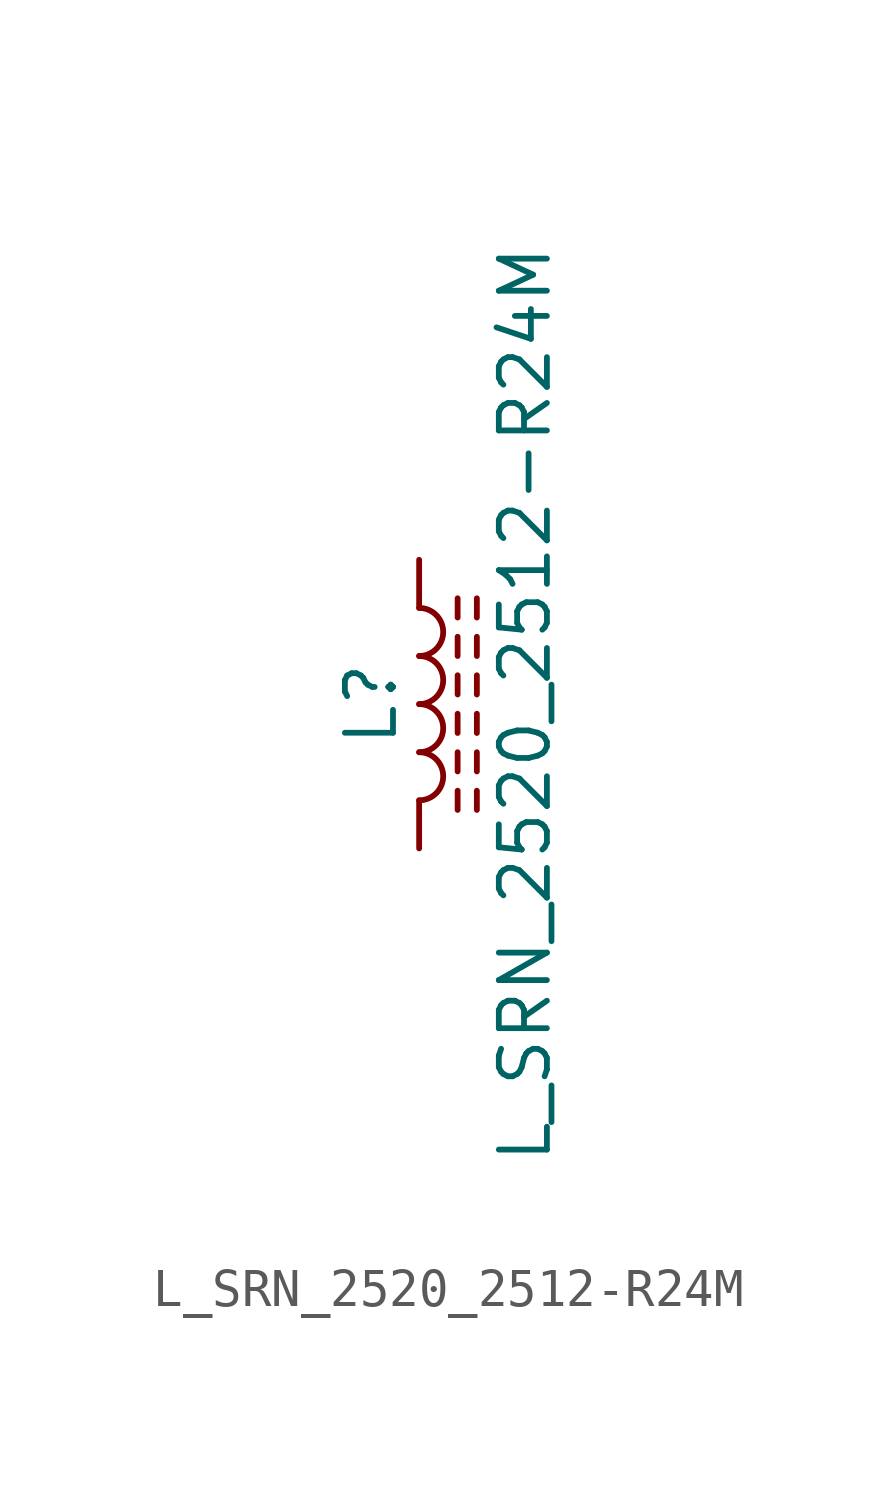
<source format=kicad_sym>
(kicad_symbol_lib
  (version 20211014)
  (generator kicad_symbol_editor)
  (symbol "L_SRN_2520_2512-R24M"
    (pin_numbers hide)
    (pin_names
      (offset 1.016) hide)
    (property "Reference" "L"
      (at -1.27 0 90)
      (effects (font (size 1.27 1.27))))
    (property "Value" "L_SRN_2520_2512-R24M"
      (at 2.794 0 90)
      (effects (font (size 1.27 1.27))))
    (symbol "L_SRN_2520_2512-R24M_0_1"
      (arc (start 0 -2.54) (mid 0.635 -1.905) (end 0 -1.27) (stroke (width 0) (type default) (color 0 0 0 0)) (fill (type none)))
      (arc (start 0 -1.27) (mid 0.635 -0.635) (end 0 0) (stroke (width 0) (type default) (color 0 0 0 0)) (fill (type none)))
      (polyline (pts (xy 1.016 -2.794) (xy 1.016 -2.286)) (stroke (width 0) (type default) (color 0 0 0 0)) (fill (type none)))
      (polyline (pts (xy 1.016 -1.778) (xy 1.016 -1.27)) (stroke (width 0) (type default) (color 0 0 0 0)) (fill (type none)))
      (polyline (pts (xy 1.016 -0.762) (xy 1.016 -0.254)) (stroke (width 0) (type default) (color 0 0 0 0)) (fill (type none)))
      (polyline (pts (xy 1.016 0.254) (xy 1.016 0.762)) (stroke (width 0) (type default) (color 0 0 0 0)) (fill (type none)))
      (polyline (pts (xy 1.016 1.27) (xy 1.016 1.778)) (stroke (width 0) (type default) (color 0 0 0 0)) (fill (type none)))
      (polyline (pts (xy 1.016 2.286) (xy 1.016 2.794)) (stroke (width 0) (type default) (color 0 0 0 0)) (fill (type none)))
      (polyline (pts (xy 1.524 -2.286) (xy 1.524 -2.794)) (stroke (width 0) (type default) (color 0 0 0 0)) (fill (type none)))
      (polyline (pts (xy 1.524 -1.27) (xy 1.524 -1.778)) (stroke (width 0) (type default) (color 0 0 0 0)) (fill (type none)))
      (polyline (pts (xy 1.524 -0.254) (xy 1.524 -0.762)) (stroke (width 0) (type default) (color 0 0 0 0)) (fill (type none)))
      (polyline (pts (xy 1.524 0.762) (xy 1.524 0.254)) (stroke (width 0) (type default) (color 0 0 0 0)) (fill (type none)))
      (polyline (pts (xy 1.524 1.778) (xy 1.524 1.27)) (stroke (width 0) (type default) (color 0 0 0 0)) (fill (type none)))
      (polyline (pts (xy 1.524 2.794) (xy 1.524 2.286)) (stroke (width 0) (type default) (color 0 0 0 0)) (fill (type none)))
      (arc (start 0 0) (mid 0.635 0.635) (end 0 1.27) (stroke (width 0) (type default) (color 0 0 0 0)) (fill (type none)))
      (arc (start 0 1.27) (mid 0.635 1.905) (end 0 2.54) (stroke (width 0) (type default) (color 0 0 0 0)) (fill (type none))))
    (symbol "L_SRN_2520_2512-R24M_1_1"
      (pin passive line (at 0 3.81 270) (length 1.27) (name "1" (effects (font (size 1.27 1.27)))) (number "1" (effects (font (size 1.27 1.27)))))
      (pin passive line (at 0 -3.81 90) (length 1.27) (name "2" (effects (font (size 1.27 1.27)))) (number "2" (effects (font (size 1.27 1.27))))))))
</source>
